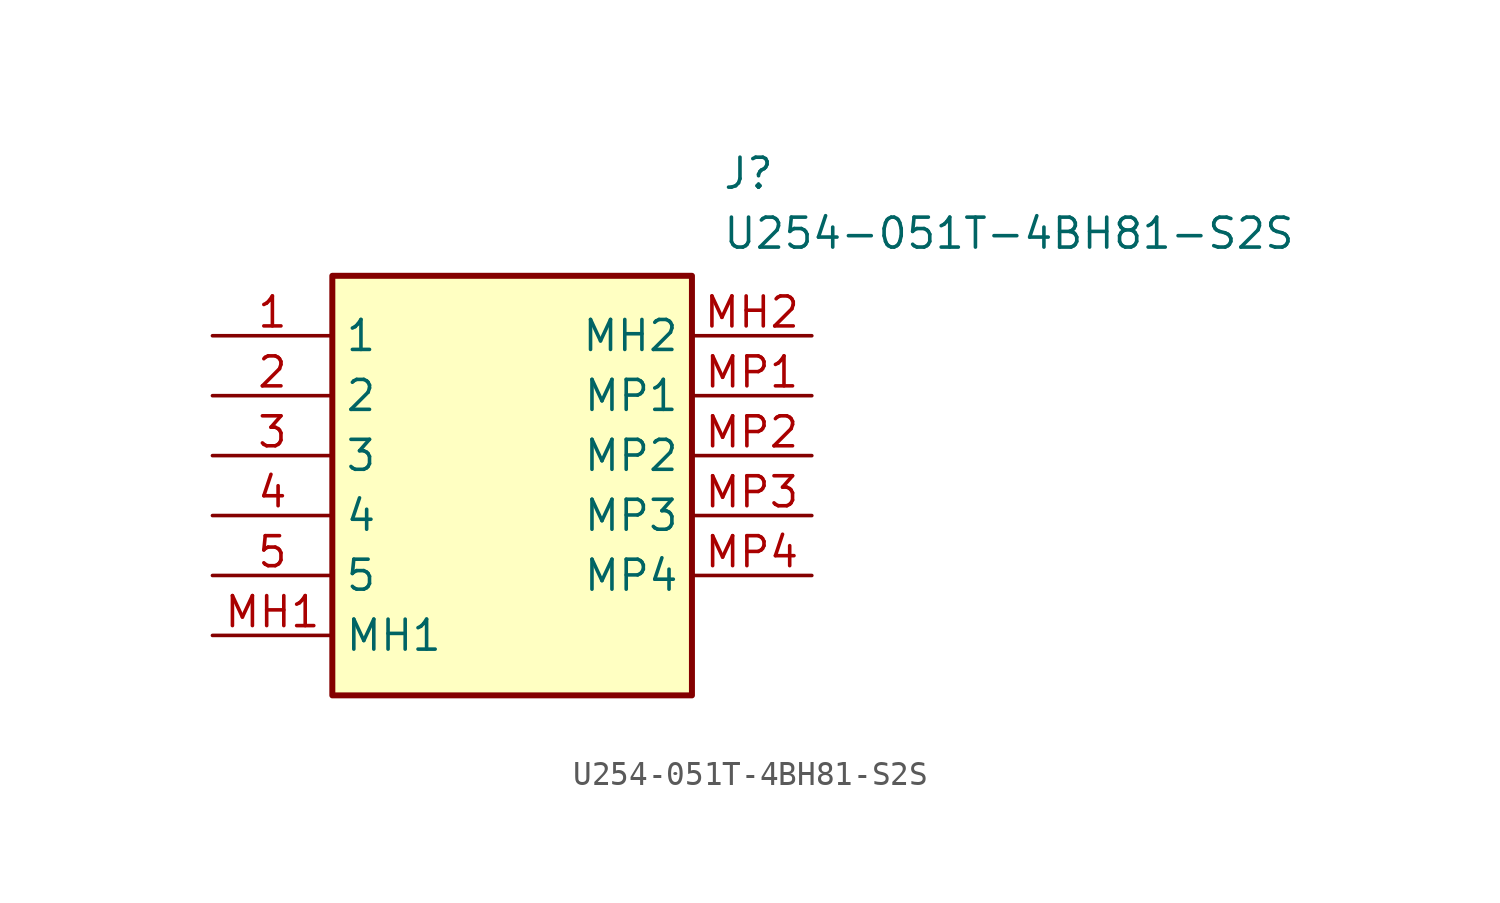
<source format=kicad_sym>
(kicad_symbol_lib
  (version 20211014)
  (generator SamacSys_ECAD_Model)
  (symbol "U254-051T-4BH81-S2S"
    (property "Reference" "J"
      (at 21.59 7.62 0)
      (effects (font (size 1.27 1.27)) (justify left top)))
    (property "Value" "U254-051T-4BH81-S2S"
      (at 21.59 5.08 0)
      (effects (font (size 1.27 1.27)) (justify left top)))
    (rectangle
      (start 5.08 2.54)
      (end 20.32 -15.24)
      (stroke (width 0.254) (type default))
      (fill (type background)))
    (pin passive line
      (at 0 0 0)
      (length 5.08)
      (name "1" (effects (font (size 1.27 1.27))))
      (number "1" (effects (font (size 1.27 1.27)))))
    (pin passive line
      (at 0 -2.54 0)
      (length 5.08)
      (name "2" (effects (font (size 1.27 1.27))))
      (number "2" (effects (font (size 1.27 1.27)))))
    (pin passive line
      (at 0 -5.08 0)
      (length 5.08)
      (name "3" (effects (font (size 1.27 1.27))))
      (number "3" (effects (font (size 1.27 1.27)))))
    (pin passive line
      (at 0 -7.62 0)
      (length 5.08)
      (name "4" (effects (font (size 1.27 1.27))))
      (number "4" (effects (font (size 1.27 1.27)))))
    (pin passive line
      (at 0 -10.16 0)
      (length 5.08)
      (name "5" (effects (font (size 1.27 1.27))))
      (number "5" (effects (font (size 1.27 1.27)))))
    (pin passive line
      (at 0 -12.7 0)
      (length 5.08)
      (name "MH1" (effects (font (size 1.27 1.27))))
      (number "MH1" (effects (font (size 1.27 1.27)))))
    (pin passive line
      (at 25.4 0 180)
      (length 5.08)
      (name "MH2" (effects (font (size 1.27 1.27))))
      (number "MH2" (effects (font (size 1.27 1.27)))))
    (pin passive line
      (at 25.4 -2.54 180)
      (length 5.08)
      (name "MP1" (effects (font (size 1.27 1.27))))
      (number "MP1" (effects (font (size 1.27 1.27)))))
    (pin passive line
      (at 25.4 -5.08 180)
      (length 5.08)
      (name "MP2" (effects (font (size 1.27 1.27))))
      (number "MP2" (effects (font (size 1.27 1.27)))))
    (pin passive line
      (at 25.4 -7.62 180)
      (length 5.08)
      (name "MP3" (effects (font (size 1.27 1.27))))
      (number "MP3" (effects (font (size 1.27 1.27)))))
    (pin passive line
      (at 25.4 -10.16 180)
      (length 5.08)
      (name "MP4" (effects (font (size 1.27 1.27))))
      (number "MP4" (effects (font (size 1.27 1.27)))))))
</source>
